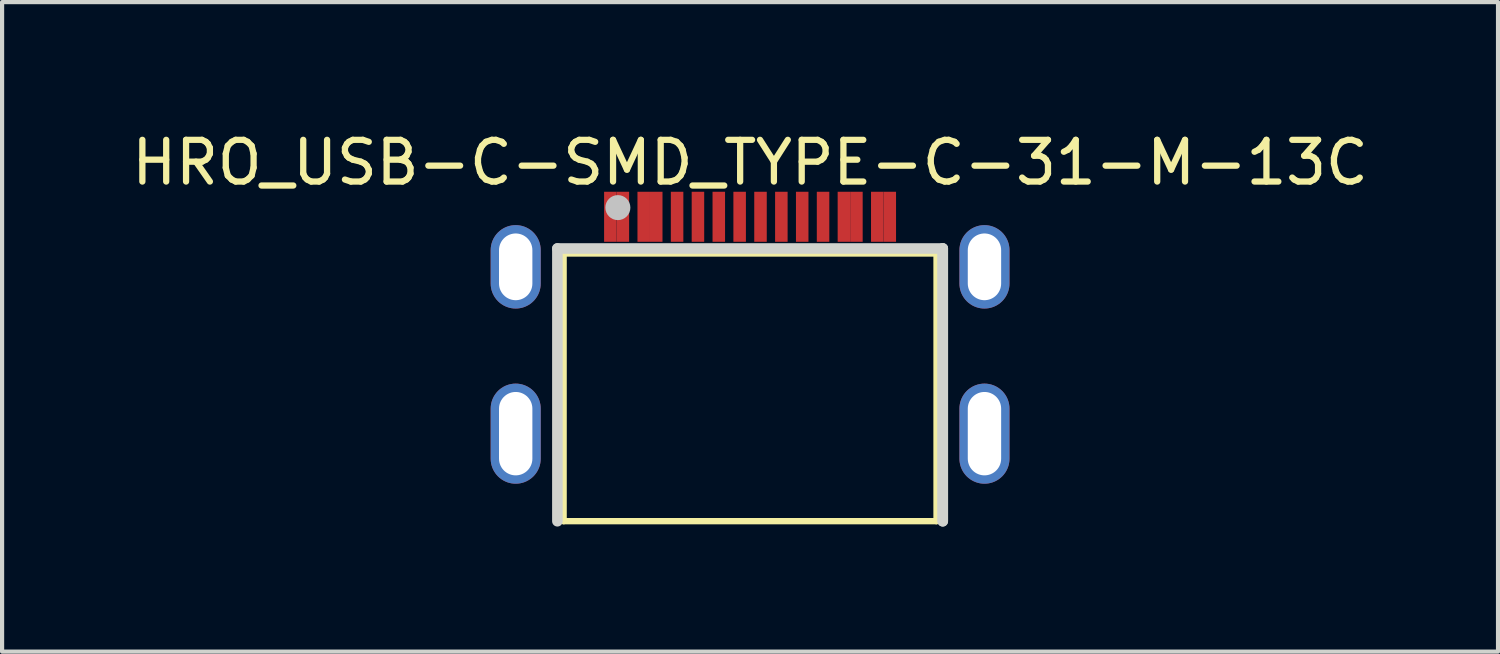
<source format=kicad_pcb>
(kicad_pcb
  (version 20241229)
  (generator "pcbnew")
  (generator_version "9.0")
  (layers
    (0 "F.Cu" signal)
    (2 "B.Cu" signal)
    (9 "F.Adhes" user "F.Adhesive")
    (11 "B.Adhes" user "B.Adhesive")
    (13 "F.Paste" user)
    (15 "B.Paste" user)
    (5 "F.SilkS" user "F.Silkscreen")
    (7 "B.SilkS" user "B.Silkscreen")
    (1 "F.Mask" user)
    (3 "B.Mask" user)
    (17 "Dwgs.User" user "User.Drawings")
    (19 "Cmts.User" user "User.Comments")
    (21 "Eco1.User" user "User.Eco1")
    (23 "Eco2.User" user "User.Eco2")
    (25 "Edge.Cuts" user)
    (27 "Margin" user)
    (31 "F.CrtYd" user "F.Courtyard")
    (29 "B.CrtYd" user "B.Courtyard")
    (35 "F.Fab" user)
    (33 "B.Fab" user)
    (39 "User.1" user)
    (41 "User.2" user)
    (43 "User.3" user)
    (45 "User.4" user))
  (footprint "HRO_USB-C-SMD_TYPE-C-31-M-13C"
    (layer "F.Cu")
    (at 14.935 4.748)
    (property "Reference" "HRO_USB-C-SMD_TYPE-C-31-M-13C" (at 0 -3.9 0) (unlocked yes) (layer "F.SilkS") (effects (font (size 1 1) (thickness 0.15))))
    (fp_line (start -4.471 -1.72) (end -4.471 4.699) (stroke (width 0.152) (type default)) (layer "F.SilkS"))
    (fp_line (start -4.471 4.699) (end 4.46 4.699) (stroke (width 0.152) (type default)) (layer "F.SilkS"))
    (fp_line (start 4.471 -1.72) (end -4.471 -1.72) (stroke (width 0.152) (type default)) (layer "F.SilkS"))
    (fp_line (start 4.471 4.699) (end 4.471 -1.72) (stroke (width 0.152) (type default)) (layer "F.SilkS"))
    (fp_poly (pts (xy -2.9 -3.2) (xy -3.5 -3.2) (xy -3.5 -2) (xy -2.9 -2)) (stroke (width 0) (type default)) (fill yes) (layer "F.Paste"))
    (fp_poly (pts (xy -2.1 -3.2) (xy -2.7 -3.2) (xy -2.7 -2) (xy -2.1 -2)) (stroke (width 0) (type default)) (fill yes) (layer "F.Paste"))
    (fp_poly (pts (xy -1.9 -3.2) (xy -1.6 -3.2) (xy -1.6 -2) (xy -1.9 -2)) (stroke (width 0) (type default)) (fill yes) (layer "F.Paste"))
    (fp_poly (pts (xy -1.4 -3.2) (xy -1.1 -3.2) (xy -1.1 -2) (xy -1.4 -2)) (stroke (width 0) (type default)) (fill yes) (layer "F.Paste"))
    (fp_poly (pts (xy -0.9 -3.2) (xy -0.6 -3.2) (xy -0.6 -2) (xy -0.9 -2)) (stroke (width 0) (type default)) (fill yes) (layer "F.Paste"))
    (fp_poly (pts (xy -0.4 -3.2) (xy -0.1 -3.2) (xy -0.1 -2) (xy -0.4 -2)) (stroke (width 0) (type default)) (fill yes) (layer "F.Paste"))
    (fp_poly (pts (xy 0.1 -3.2) (xy 0.4 -3.2) (xy 0.4 -2) (xy 0.1 -2)) (stroke (width 0) (type default)) (fill yes) (layer "F.Paste"))
    (fp_poly (pts (xy 0.6 -3.2) (xy 0.9 -3.2) (xy 0.9 -2) (xy 0.6 -2)) (stroke (width 0) (type default)) (fill yes) (layer "F.Paste"))
    (fp_poly (pts (xy 1.1 -3.2) (xy 1.4 -3.2) (xy 1.4 -2) (xy 1.1 -2)) (stroke (width 0) (type default)) (fill yes) (layer "F.Paste"))
    (fp_poly (pts (xy 1.601 -3.2) (xy 1.9 -3.2) (xy 1.9 -2) (xy 1.601 -2)) (stroke (width 0) (type default)) (fill yes) (layer "F.Paste"))
    (fp_poly (pts (xy 2.7 -3.2) (xy 2.1 -3.2) (xy 2.1 -2) (xy 2.7 -2)) (stroke (width 0) (type default)) (fill yes) (layer "F.Paste"))
    (fp_poly (pts (xy 3.5 -3.2) (xy 2.9 -3.2) (xy 2.9 -2) (xy 3.5 -2)) (stroke (width 0) (type default)) (fill yes) (layer "F.Paste"))
    (fp_poly (pts (xy -5.575 -2.398) (xy -5.605 -2.4) (xy -5.635 -2.4) (xy -5.665 -2.398) (xy -5.694 -2.396) (xy -5.724 -2.391) (xy -5.753 -2.385) (xy -5.782 -2.377) (xy -5.811 -2.369) (xy -5.839 -2.358) (xy -5.867 -2.347) (xy -5.894 -2.334) (xy -5.92 -2.32) (xy -5.946 -2.304) (xy -5.97 -2.287) (xy -5.994 -2.269) (xy -6.017 -2.25) (xy -6.039 -2.229) (xy -6.06 -2.208) (xy -6.08 -2.186) (xy -6.098 -2.163) (xy -6.115 -2.138) (xy -6.132 -2.113) (xy -6.147 -2.087) (xy -6.16 -2.061) (xy -6.173 -2.033) (xy -6.184 -2.006) (xy -6.194 -1.977) (xy -6.202 -1.948) (xy -6.208 -1.919) (xy -6.213 -1.889) (xy -6.217 -1.86) (xy -6.22 -1.83) (xy -6.22 -1.8) (xy -6.22 -1) (xy -6.22 -0.97) (xy -6.217 -0.941) (xy -6.213 -0.91) (xy -6.208 -0.881) (xy -6.202 -0.852) (xy -6.194 -0.823) (xy -6.184 -0.795) (xy -6.173 -0.767) (xy -6.16 -0.74) (xy -6.147 -0.713) (xy -6.132 -0.687) (xy -6.115 -0.662) (xy -6.098 -0.638) (xy -6.08 -0.615) (xy -6.06 -0.592) (xy -6.039 -0.571) (xy -6.017 -0.55) (xy -5.994 -0.531) (xy -5.97 -0.513) (xy -5.946 -0.496) (xy -5.92 -0.48) (xy -5.894 -0.466) (xy -5.867 -0.453) (xy -5.839 -0.442) (xy -5.811 -0.431) (xy -5.782 -0.422) (xy -5.753 -0.415) (xy -5.724 -0.409) (xy -5.694 -0.405) (xy -5.665 -0.402) (xy -5.635 -0.4) (xy -5.605 -0.4) (xy -5.575 -0.402) (xy -5.545 -0.405) (xy -5.516 -0.409) (xy -5.487 -0.415) (xy -5.457 -0.422) (xy -5.429 -0.431) (xy -5.401 -0.442) (xy -5.373 -0.453) (xy -5.346 -0.466) (xy -5.32 -0.48) (xy -5.295 -0.496) (xy -5.27 -0.513) (xy -5.246 -0.531) (xy -5.223 -0.55) (xy -5.201 -0.571) (xy -5.18 -0.592) (xy -5.16 -0.615) (xy -5.141 -0.638) (xy -5.125 -0.662) (xy -5.108 -0.687) (xy -5.093 -0.713) (xy -5.08 -0.74) (xy -5.067 -0.767) (xy -5.056 -0.795) (xy -5.046 -0.823) (xy -5.038 -0.852) (xy -5.032 -0.881) (xy -5.027 -0.91) (xy -5.023 -0.941) (xy -5.021 -0.97) (xy -5.02 -1) (xy -5.02 -1.8) (xy -5.021 -1.83) (xy -5.023 -1.86) (xy -5.027 -1.889) (xy -5.032 -1.919) (xy -5.038 -1.948) (xy -5.046 -1.977) (xy -5.056 -2.006) (xy -5.067 -2.033) (xy -5.08 -2.061) (xy -5.093 -2.087) (xy -5.108 -2.113) (xy -5.125 -2.138) (xy -5.141 -2.163) (xy -5.16 -2.186) (xy -5.18 -2.208) (xy -5.201 -2.229) (xy -5.223 -2.25) (xy -5.246 -2.269) (xy -5.27 -2.287) (xy -5.295 -2.304) (xy -5.32 -2.32) (xy -5.346 -2.334) (xy -5.373 -2.347) (xy -5.401 -2.358) (xy -5.429 -2.369) (xy -5.457 -2.377) (xy -5.487 -2.385) (xy -5.516 -2.391) (xy -5.545 -2.396)) (stroke (width 0) (type default)) (fill yes) (layer "F.Paste"))
    (fp_poly (pts (xy -5.575 1.401) (xy -5.605 1.4) (xy -5.635 1.4) (xy -5.665 1.401) (xy -5.694 1.405) (xy -5.724 1.409) (xy -5.753 1.415) (xy -5.782 1.423) (xy -5.811 1.431) (xy -5.839 1.442) (xy -5.867 1.453) (xy -5.894 1.466) (xy -5.92 1.48) (xy -5.946 1.496) (xy -5.97 1.513) (xy -5.994 1.531) (xy -6.017 1.55) (xy -6.039 1.571) (xy -6.06 1.592) (xy -6.08 1.615) (xy -6.098 1.637) (xy -6.115 1.662) (xy -6.132 1.687) (xy -6.147 1.713) (xy -6.16 1.74) (xy -6.173 1.767) (xy -6.184 1.794) (xy -6.194 1.823) (xy -6.202 1.852) (xy -6.208 1.881) (xy -6.213 1.911) (xy -6.217 1.94) (xy -6.22 1.97) (xy -6.22 2) (xy -6.22 3.2) (xy -6.22 3.23) (xy -6.217 3.26) (xy -6.213 3.289) (xy -6.208 3.319) (xy -6.202 3.348) (xy -6.194 3.377) (xy -6.184 3.405) (xy -6.173 3.433) (xy -6.16 3.461) (xy -6.147 3.487) (xy -6.132 3.513) (xy -6.115 3.538) (xy -6.098 3.562) (xy -6.08 3.586) (xy -6.06 3.608) (xy -6.039 3.63) (xy -6.017 3.65) (xy -5.994 3.669) (xy -5.97 3.687) (xy -5.946 3.704) (xy -5.92 3.72) (xy -5.894 3.734) (xy -5.867 3.747) (xy -5.839 3.759) (xy -5.811 3.768) (xy -5.782 3.777) (xy -5.753 3.785) (xy -5.724 3.791) (xy -5.694 3.796) (xy -5.665 3.799) (xy -5.635 3.8) (xy -5.605 3.8) (xy -5.575 3.799) (xy -5.545 3.796) (xy -5.516 3.791) (xy -5.487 3.785) (xy -5.457 3.777) (xy -5.429 3.768) (xy -5.401 3.759) (xy -5.373 3.747) (xy -5.346 3.734) (xy -5.32 3.72) (xy -5.295 3.704) (xy -5.27 3.687) (xy -5.246 3.669) (xy -5.223 3.65) (xy -5.201 3.63) (xy -5.18 3.608) (xy -5.16 3.586) (xy -5.141 3.562) (xy -5.125 3.538) (xy -5.108 3.513) (xy -5.093 3.487) (xy -5.08 3.461) (xy -5.067 3.433) (xy -5.056 3.405) (xy -5.046 3.377) (xy -5.038 3.348) (xy -5.032 3.319) (xy -5.027 3.289) (xy -5.023 3.26) (xy -5.021 3.23) (xy -5.02 3.2) (xy -5.02 2) (xy -5.021 1.97) (xy -5.023 1.94) (xy -5.027 1.911) (xy -5.032 1.881) (xy -5.038 1.852) (xy -5.046 1.823) (xy -5.056 1.794) (xy -5.067 1.767) (xy -5.08 1.74) (xy -5.093 1.713) (xy -5.108 1.687) (xy -5.125 1.662) (xy -5.141 1.637) (xy -5.16 1.615) (xy -5.18 1.592) (xy -5.201 1.571) (xy -5.223 1.55) (xy -5.246 1.531) (xy -5.27 1.513) (xy -5.295 1.496) (xy -5.32 1.48) (xy -5.346 1.466) (xy -5.373 1.453) (xy -5.401 1.442) (xy -5.429 1.431) (xy -5.457 1.423) (xy -5.487 1.415) (xy -5.516 1.409) (xy -5.545 1.405)) (stroke (width 0) (type default)) (fill yes) (layer "F.Paste"))
    (fp_poly (pts (xy 5.665 -2.398) (xy 5.635 -2.4) (xy 5.605 -2.4) (xy 5.575 -2.398) (xy 5.545 -2.396) (xy 5.516 -2.391) (xy 5.487 -2.385) (xy 5.457 -2.377) (xy 5.429 -2.369) (xy 5.401 -2.358) (xy 5.373 -2.347) (xy 5.346 -2.334) (xy 5.32 -2.32) (xy 5.295 -2.304) (xy 5.27 -2.287) (xy 5.246 -2.269) (xy 5.223 -2.25) (xy 5.201 -2.229) (xy 5.18 -2.208) (xy 5.16 -2.186) (xy 5.141 -2.163) (xy 5.125 -2.138) (xy 5.108 -2.113) (xy 5.093 -2.087) (xy 5.08 -2.061) (xy 5.067 -2.033) (xy 5.056 -2.006) (xy 5.046 -1.977) (xy 5.038 -1.948) (xy 5.032 -1.919) (xy 5.027 -1.889) (xy 5.023 -1.86) (xy 5.021 -1.83) (xy 5.02 -1.8) (xy 5.02 -1) (xy 5.021 -0.97) (xy 5.023 -0.941) (xy 5.027 -0.91) (xy 5.032 -0.881) (xy 5.038 -0.852) (xy 5.046 -0.823) (xy 5.056 -0.795) (xy 5.067 -0.767) (xy 5.08 -0.74) (xy 5.093 -0.713) (xy 5.108 -0.687) (xy 5.125 -0.662) (xy 5.141 -0.638) (xy 5.16 -0.615) (xy 5.18 -0.592) (xy 5.201 -0.571) (xy 5.223 -0.55) (xy 5.246 -0.531) (xy 5.27 -0.513) (xy 5.295 -0.496) (xy 5.32 -0.48) (xy 5.346 -0.466) (xy 5.373 -0.453) (xy 5.401 -0.442) (xy 5.429 -0.431) (xy 5.457 -0.422) (xy 5.487 -0.415) (xy 5.516 -0.409) (xy 5.545 -0.405) (xy 5.575 -0.402) (xy 5.605 -0.4) (xy 5.635 -0.4) (xy 5.665 -0.402) (xy 5.694 -0.405) (xy 5.724 -0.409) (xy 5.753 -0.415) (xy 5.782 -0.422) (xy 5.811 -0.431) (xy 5.839 -0.442) (xy 5.867 -0.453) (xy 5.894 -0.466) (xy 5.92 -0.48) (xy 5.946 -0.496) (xy 5.97 -0.513) (xy 5.994 -0.531) (xy 6.017 -0.55) (xy 6.039 -0.571) (xy 6.06 -0.592) (xy 6.08 -0.615) (xy 6.098 -0.638) (xy 6.115 -0.662) (xy 6.132 -0.687) (xy 6.147 -0.713) (xy 6.16 -0.74) (xy 6.173 -0.767) (xy 6.184 -0.795) (xy 6.194 -0.823) (xy 6.202 -0.852) (xy 6.208 -0.881) (xy 6.213 -0.91) (xy 6.217 -0.941) (xy 6.22 -0.97) (xy 6.22 -1) (xy 6.22 -1.8) (xy 6.22 -1.83) (xy 6.217 -1.86) (xy 6.213 -1.889) (xy 6.208 -1.919) (xy 6.202 -1.948) (xy 6.194 -1.977) (xy 6.184 -2.006) (xy 6.173 -2.033) (xy 6.16 -2.061) (xy 6.147 -2.087) (xy 6.132 -2.113) (xy 6.115 -2.138) (xy 6.098 -2.163) (xy 6.08 -2.186) (xy 6.06 -2.208) (xy 6.039 -2.229) (xy 6.017 -2.25) (xy 5.994 -2.269) (xy 5.97 -2.287) (xy 5.946 -2.304) (xy 5.92 -2.32) (xy 5.894 -2.334) (xy 5.867 -2.347) (xy 5.839 -2.358) (xy 5.811 -2.369) (xy 5.782 -2.377) (xy 5.753 -2.385) (xy 5.724 -2.391) (xy 5.694 -2.396)) (stroke (width 0) (type default)) (fill yes) (layer "F.Paste"))
    (fp_poly (pts (xy 5.665 1.401) (xy 5.635 1.4) (xy 5.605 1.4) (xy 5.575 1.401) (xy 5.545 1.405) (xy 5.516 1.409) (xy 5.487 1.415) (xy 5.457 1.423) (xy 5.429 1.431) (xy 5.401 1.442) (xy 5.373 1.453) (xy 5.346 1.466) (xy 5.32 1.48) (xy 5.295 1.496) (xy 5.27 1.513) (xy 5.246 1.531) (xy 5.223 1.55) (xy 5.201 1.571) (xy 5.18 1.592) (xy 5.16 1.615) (xy 5.141 1.637) (xy 5.125 1.662) (xy 5.108 1.687) (xy 5.093 1.713) (xy 5.08 1.74) (xy 5.067 1.767) (xy 5.056 1.794) (xy 5.046 1.823) (xy 5.038 1.852) (xy 5.032 1.881) (xy 5.027 1.911) (xy 5.023 1.94) (xy 5.021 1.97) (xy 5.02 2) (xy 5.02 3.2) (xy 5.021 3.23) (xy 5.023 3.26) (xy 5.027 3.289) (xy 5.032 3.319) (xy 5.038 3.348) (xy 5.046 3.377) (xy 5.056 3.405) (xy 5.067 3.433) (xy 5.08 3.461) (xy 5.093 3.487) (xy 5.108 3.513) (xy 5.125 3.538) (xy 5.141 3.562) (xy 5.16 3.586) (xy 5.18 3.608) (xy 5.201 3.63) (xy 5.223 3.65) (xy 5.246 3.669) (xy 5.27 3.687) (xy 5.295 3.704) (xy 5.32 3.72) (xy 5.346 3.734) (xy 5.373 3.747) (xy 5.401 3.759) (xy 5.429 3.768) (xy 5.457 3.777) (xy 5.487 3.785) (xy 5.516 3.791) (xy 5.545 3.796) (xy 5.575 3.799) (xy 5.605 3.8) (xy 5.635 3.8) (xy 5.665 3.799) (xy 5.694 3.796) (xy 5.724 3.791) (xy 5.753 3.785) (xy 5.782 3.777) (xy 5.811 3.768) (xy 5.839 3.759) (xy 5.867 3.747) (xy 5.894 3.734) (xy 5.92 3.72) (xy 5.946 3.704) (xy 5.97 3.687) (xy 5.994 3.669) (xy 6.017 3.65) (xy 6.039 3.63) (xy 6.06 3.608) (xy 6.08 3.586) (xy 6.098 3.562) (xy 6.115 3.538) (xy 6.132 3.513) (xy 6.147 3.487) (xy 6.16 3.461) (xy 6.173 3.433) (xy 6.184 3.405) (xy 6.194 3.377) (xy 6.202 3.348) (xy 6.208 3.319) (xy 6.213 3.289) (xy 6.217 3.26) (xy 6.22 3.23) (xy 6.22 3.2) (xy 6.22 2) (xy 6.22 1.97) (xy 6.217 1.94) (xy 6.213 1.911) (xy 6.208 1.881) (xy 6.202 1.852) (xy 6.194 1.823) (xy 6.184 1.794) (xy 6.173 1.767) (xy 6.16 1.74) (xy 6.147 1.713) (xy 6.132 1.687) (xy 6.115 1.662) (xy 6.098 1.637) (xy 6.08 1.615) (xy 6.06 1.592) (xy 6.039 1.571) (xy 6.017 1.55) (xy 5.994 1.531) (xy 5.97 1.513) (xy 5.946 1.496) (xy 5.92 1.48) (xy 5.894 1.466) (xy 5.867 1.453) (xy 5.839 1.442) (xy 5.811 1.431) (xy 5.782 1.423) (xy 5.753 1.415) (xy 5.724 1.409) (xy 5.694 1.405)) (stroke (width 0) (type default)) (fill yes) (layer "F.Paste"))
    (fp_circle (center -3.17 -2.82) (end -3.02 -2.82) (stroke (width 0.3) (type default)) (fill no) (layer "Dwgs.User"))
    (fp_line (start -4.62 -1.84) (end 4.62 -1.84) (stroke (width 0.254) (type default)) (layer "Edge.Cuts"))
    (fp_line (start -4.62 4.7) (end -4.62 -1.84) (stroke (width 0.254) (type default)) (layer "Edge.Cuts"))
    (fp_line (start 4.62 -1.84) (end 4.62 4.7) (stroke (width 0.254) (type default)) (layer "Edge.Cuts"))
    (fp_line (start 4.62 -1.84) (end 4.62 4.7) (stroke (width 0.254) (type default)) (layer "Edge.Cuts"))
    (fp_poly (pts (xy -5.77 -1.8) (xy -5.47 -1.8) (xy -5.47 -1) (xy -5.77 -1)) (stroke (width 0.1) (type default)) (fill no) (layer "User.1"))
    (fp_poly (pts (xy -5.77 -1) (xy -4.46 -1) (xy -4.46 -1.8) (xy -5.77 -1.8)) (stroke (width 0.1) (type default)) (fill no) (layer "User.1"))
    (fp_poly (pts (xy -5.77 2) (xy -5.47 2) (xy -5.47 3.2) (xy -5.77 3.2)) (stroke (width 0.1) (type default)) (fill no) (layer "User.1"))
    (fp_poly (pts (xy -5.77 3.2) (xy -4.46 3.2) (xy -4.46 2) (xy -5.77 2)) (stroke (width 0.1) (type default)) (fill no) (layer "User.1"))
    (fp_poly (pts (xy -3.45 -2.5) (xy -3.25 -2.5) (xy -3.25 -1.7) (xy -3.45 -1.7)) (stroke (width 0.1) (type default)) (fill no) (layer "User.1"))
    (fp_poly (pts (xy -3.15 -2.5) (xy -2.95 -2.5) (xy -2.95 -1.7) (xy -3.15 -1.7)) (stroke (width 0.1) (type default)) (fill no) (layer "User.1"))
    (fp_poly (pts (xy -2.65 -2.5) (xy -2.45 -2.5) (xy -2.45 -1.7) (xy -2.65 -1.7)) (stroke (width 0.1) (type default)) (fill no) (layer "User.1"))
    (fp_poly (pts (xy -2.35 -2.5) (xy -2.15 -2.5) (xy -2.15 -1.7) (xy -2.35 -1.7)) (stroke (width 0.1) (type default)) (fill no) (layer "User.1"))
    (fp_poly (pts (xy -1.85 -2.5) (xy -1.65 -2.5) (xy -1.65 -1.7) (xy -1.85 -1.7)) (stroke (width 0.1) (type default)) (fill no) (layer "User.1"))
    (fp_poly (pts (xy -1.35 -2.5) (xy -1.15 -2.5) (xy -1.15 -1.7) (xy -1.35 -1.7)) (stroke (width 0.1) (type default)) (fill no) (layer "User.1"))
    (fp_poly (pts (xy -0.85 -2.5) (xy -0.65 -2.5) (xy -0.65 -1.7) (xy -0.85 -1.7)) (stroke (width 0.1) (type default)) (fill no) (layer "User.1"))
    (fp_poly (pts (xy -0.35 -2.5) (xy -0.15 -2.5) (xy -0.15 -1.7) (xy -0.35 -1.7)) (stroke (width 0.1) (type default)) (fill no) (layer "User.1"))
    (fp_poly (pts (xy 0.15 -2.5) (xy 0.35 -2.5) (xy 0.35 -1.7) (xy 0.15 -1.7)) (stroke (width 0.1) (type default)) (fill no) (layer "User.1"))
    (fp_poly (pts (xy 0.65 -2.5) (xy 0.85 -2.5) (xy 0.85 -1.7) (xy 0.65 -1.7)) (stroke (width 0.1) (type default)) (fill no) (layer "User.1"))
    (fp_poly (pts (xy 1.149 -2.5) (xy 1.349 -2.5) (xy 1.349 -1.7) (xy 1.149 -1.7)) (stroke (width 0.1) (type default)) (fill no) (layer "User.1"))
    (fp_poly (pts (xy 1.65 -2.5) (xy 1.85 -2.5) (xy 1.85 -1.7) (xy 1.65 -1.7)) (stroke (width 0.1) (type default)) (fill no) (layer "User.1"))
    (fp_poly (pts (xy 2.15 -2.5) (xy 2.35 -2.5) (xy 2.35 -1.7) (xy 2.15 -1.7)) (stroke (width 0.1) (type default)) (fill no) (layer "User.1"))
    (fp_poly (pts (xy 2.45 -2.5) (xy 2.65 -2.5) (xy 2.65 -1.7) (xy 2.45 -1.7)) (stroke (width 0.1) (type default)) (fill no) (layer "User.1"))
    (fp_poly (pts (xy 2.95 -2.5) (xy 3.15 -2.5) (xy 3.15 -1.7) (xy 2.95 -1.7)) (stroke (width 0.1) (type default)) (fill no) (layer "User.1"))
    (fp_poly (pts (xy 3.25 -2.5) (xy 3.45 -2.5) (xy 3.45 -1.7) (xy 3.25 -1.7)) (stroke (width 0.1) (type default)) (fill no) (layer "User.1"))
    (fp_poly (pts (xy 5.47 -1.8) (xy 5.77 -1.8) (xy 5.77 -1) (xy 5.47 -1)) (stroke (width 0.1) (type default)) (fill no) (layer "User.1"))
    (fp_poly (pts (xy 5.47 2) (xy 5.77 2) (xy 5.77 3.2) (xy 5.47 3.2)) (stroke (width 0.1) (type default)) (fill no) (layer "User.1"))
    (fp_poly (pts (xy 5.77 -1.8) (xy 4.46 -1.8) (xy 4.46 -1) (xy 5.77 -1)) (stroke (width 0.1) (type default)) (fill no) (layer "User.1"))
    (fp_poly (pts (xy 5.77 2) (xy 4.46 2) (xy 4.46 3.2) (xy 5.77 3.2)) (stroke (width 0.1) (type default)) (fill no) (layer "User.1"))
    (fp_line (start -4.47 -1.8) (end 4.47 -1.8) (stroke (width 0.051) (type default)) (layer "User.2"))
    (fp_line (start -4.47 4.7) (end -4.47 -1.8) (stroke (width 0.051) (type default)) (layer "User.2"))
    (fp_line (start 4.47 -1.8) (end 4.47 4.7) (stroke (width 0.051) (type default)) (layer "User.2"))
    (fp_line (start 4.47 4.7) (end -4.47 4.7) (stroke (width 0.051) (type default)) (layer "User.2"))
    (fp_poly (pts (xy -5.71 -2.5) (xy -5.728 -2.542) (xy -5.77 -2.56) (xy -5.812 -2.542) (xy -5.83 -2.5) (xy -5.812 -2.458) (xy -5.77 -2.44) (xy -5.728 -2.458)) (stroke (width 0.1) (type default)) (fill no) (layer "User.3"))
    (pad "17" thru_hole oval (at 5.62 -1.4) (size 1.2 2) (drill oval 0.8 1.6) (layers "*.Cu" "*.Mask"))
    (pad "18" thru_hole oval (at 5.62 2.6) (size 1.2 2.4) (drill oval 0.8 2) (layers "*.Cu" "*.Mask"))
    (pad "19" thru_hole oval (at -5.62 2.6) (size 1.2 2.4) (drill oval 0.8 2) (layers "*.Cu" "*.Mask"))
    (pad "20" thru_hole oval (at -5.62 -1.4) (size 1.2 2) (drill oval 0.8 1.6) (layers "*.Cu" "*.Mask"))
    (pad "A1" smd rect (at -3.35 -2.6) (size 0.3 1.2) (layers "F.Cu" "F.Mask" "F.Paste"))
    (pad "A4" smd rect (at -2.55 -2.6) (size 0.3 1.2) (layers "F.Cu" "F.Mask" "F.Paste"))
    (pad "A5" smd rect (at -1.25 -2.6) (size 0.3 1.2) (layers "F.Cu" "F.Mask" "F.Paste"))
    (pad "A6" smd rect (at -0.25 -2.6) (size 0.3 1.2) (layers "F.Cu" "F.Mask" "F.Paste"))
    (pad "A7" smd rect (at 0.25 -2.6) (size 0.3 1.2) (layers "F.Cu" "F.Mask" "F.Paste"))
    (pad "A8" smd rect (at 1.25 -2.6) (size 0.3 1.2) (layers "F.Cu" "F.Mask" "F.Paste"))
    (pad "A9" smd rect (at 2.55 -2.6) (size 0.3 1.2) (layers "F.Cu" "F.Mask" "F.Paste"))
    (pad "A12" smd rect (at 3.35 -2.6) (size 0.3 1.2) (layers "F.Cu" "F.Mask" "F.Paste"))
    (pad "B1" smd rect (at 3.05 -2.6) (size 0.3 1.2) (layers "F.Cu" "F.Mask" "F.Paste"))
    (pad "B4" smd rect (at 2.25 -2.6) (size 0.3 1.2) (layers "F.Cu" "F.Mask" "F.Paste"))
    (pad "B5" smd rect (at 1.75 -2.6) (size 0.3 1.2) (layers "F.Cu" "F.Mask" "F.Paste"))
    (pad "B6" smd rect (at 0.75 -2.6) (size 0.3 1.2) (layers "F.Cu" "F.Mask" "F.Paste"))
    (pad "B7" smd rect (at -0.75 -2.6) (size 0.3 1.2) (layers "F.Cu" "F.Mask" "F.Paste"))
    (pad "B8" smd rect (at -1.75 -2.6) (size 0.3 1.2) (layers "F.Cu" "F.Mask" "F.Paste"))
    (pad "B9" smd rect (at -2.25 -2.6) (size 0.3 1.2) (layers "F.Cu" "F.Mask" "F.Paste"))
    (pad "B12" smd rect (at -3.05 -2.6) (size 0.3 1.2) (layers "F.Cu" "F.Mask" "F.Paste")))
  (gr_rect
    (start -3 -3)
    (end 32.869 12.575)
    (stroke (width 0.1) (type default))
    (fill no)
    (layer "Edge.Cuts")))
</source>
